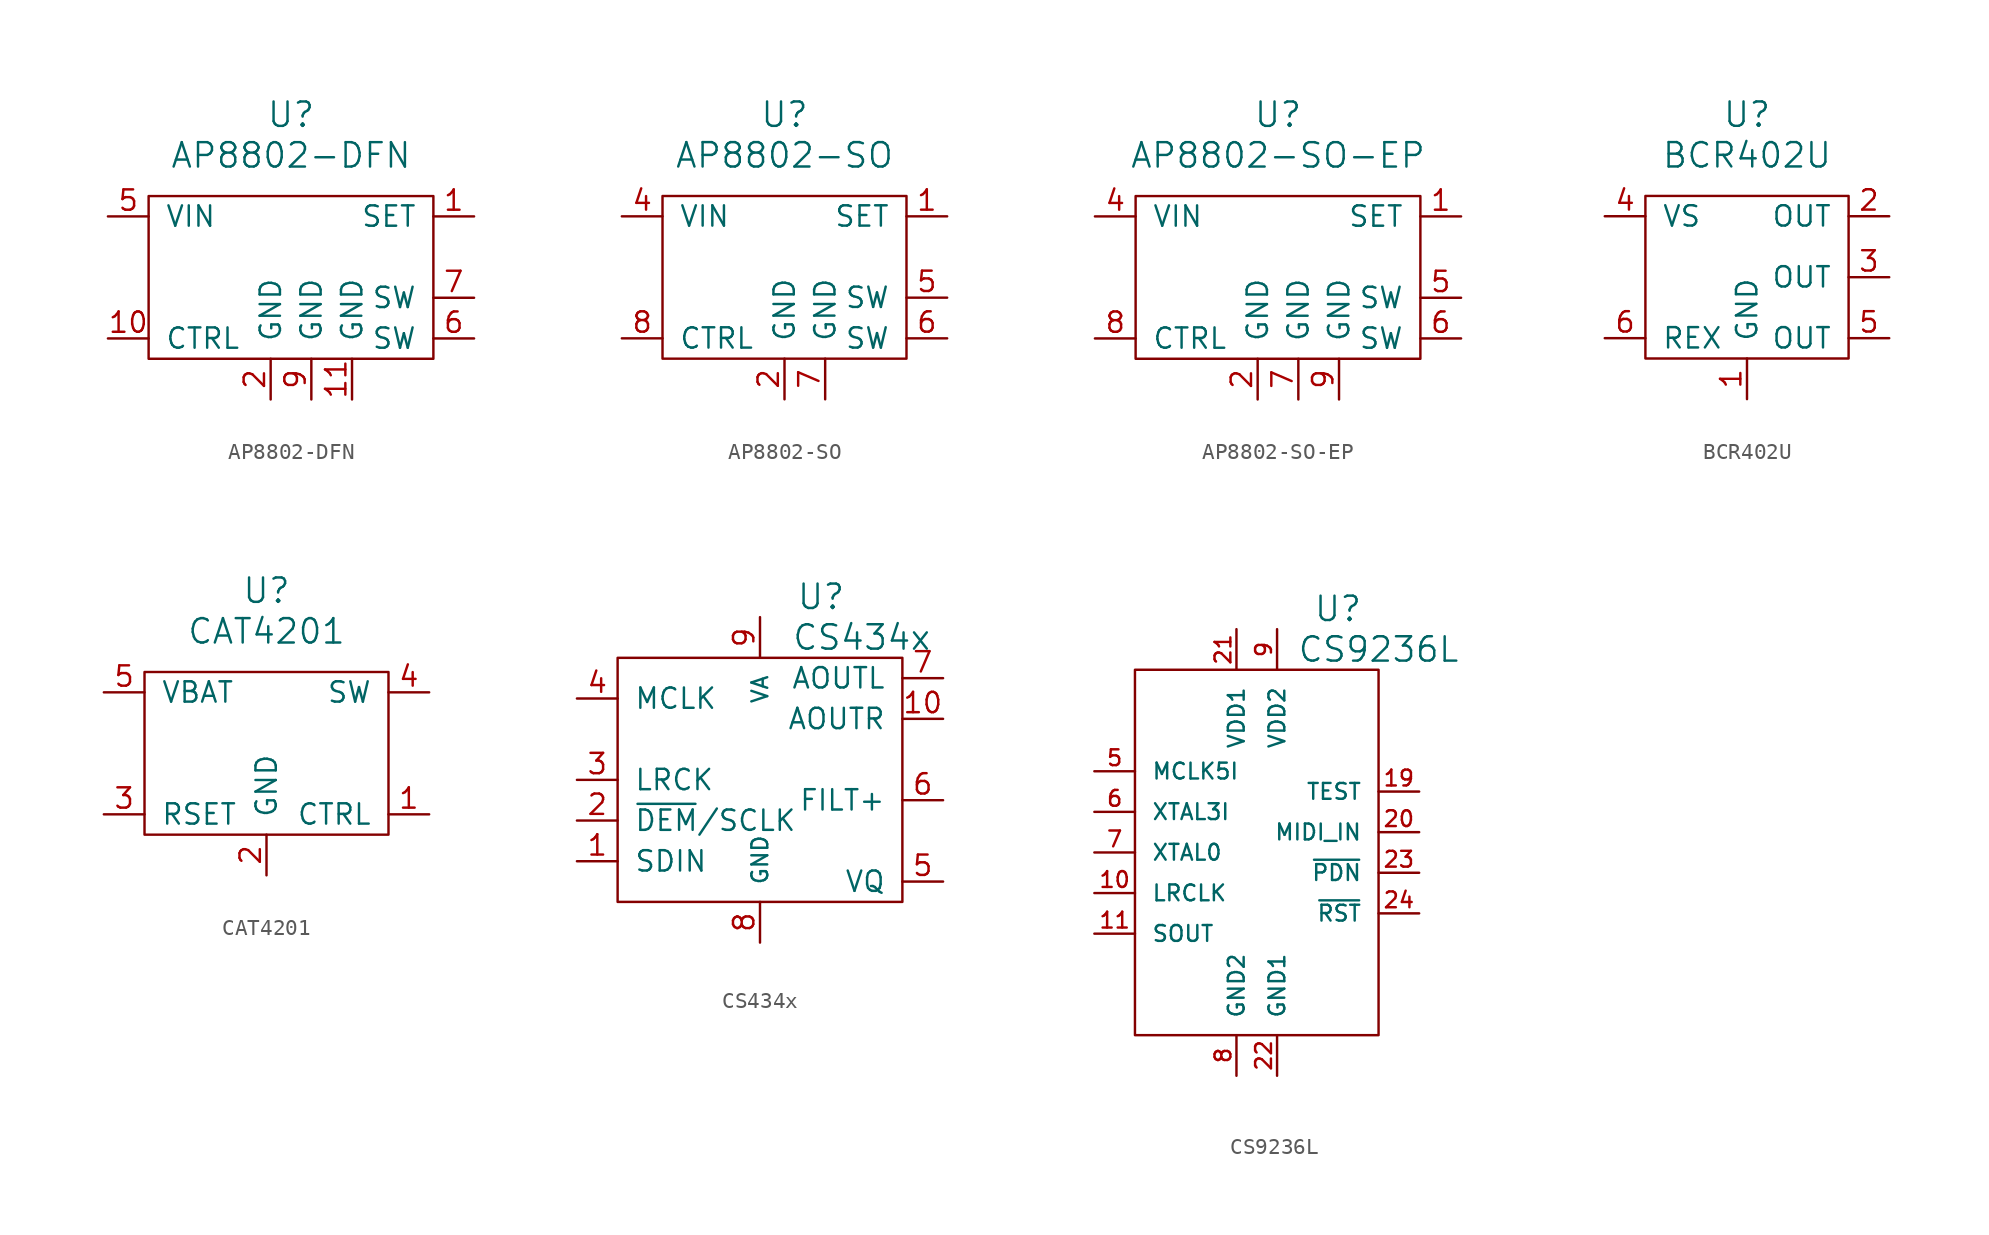
<source format=kicad_sym>
(kicad_symbol_lib
  (version 20220914)
  (generator kicad_symbol_editor)
  (symbol "AP8802-DFN"
    (pin_names
      (offset 1.016))
    (property "Reference" "U"
      (at 0 10.16 0)
      (effects (font (size 1.524 1.524))))
    (property "Value" "AP8802-DFN"
      (at 0 7.62 0)
      (effects (font (size 1.524 1.524))))
    (property "Footprint" ""
      (at 0 0 0)
      (effects (font (size 1.524 1.524))))
    (property "Datasheet" ""
      (at 0 0 0)
      (effects (font (size 1.524 1.524))))
    (symbol "AP8802-DFN_0_1"
      (rectangle (start -8.89 5.08) (end 8.89 -5.08) (stroke (width 0) (type solid)) (fill (type none))))
    (symbol "AP8802-DFN_1_1"
      (pin passive line (at 11.43 3.81 180) (length 2.54) (name "SET" (effects (font (size 1.27 1.27)))) (number "1" (effects (font (size 1.27 1.27)))))
      (pin passive line (at -11.43 -3.81 0) (length 2.54) (name "CTRL" (effects (font (size 1.27 1.27)))) (number "10" (effects (font (size 1.27 1.27)))))
      (pin passive line (at 3.81 -7.62 90) (length 2.54) (name "GND" (effects (font (size 1.27 1.27)))) (number "11" (effects (font (size 1.27 1.27)))))
      (pin passive line (at -1.27 -7.62 90) (length 2.54) (name "GND" (effects (font (size 1.27 1.27)))) (number "2" (effects (font (size 1.27 1.27)))))
      (pin passive line (at -11.43 3.81 0) (length 2.54) (name "VIN" (effects (font (size 1.27 1.27)))) (number "5" (effects (font (size 1.27 1.27)))))
      (pin passive line (at 11.43 -3.81 180) (length 2.54) (name "SW" (effects (font (size 1.27 1.27)))) (number "6" (effects (font (size 1.27 1.27)))))
      (pin passive line (at 11.43 -1.27 180) (length 2.54) (name "SW" (effects (font (size 1.27 1.27)))) (number "7" (effects (font (size 1.27 1.27)))))
      (pin passive line (at 1.27 -7.62 90) (length 2.54) (name "GND" (effects (font (size 1.27 1.27)))) (number "9" (effects (font (size 1.27 1.27)))))))
  (symbol "AP8802-SO"
    (pin_names
      (offset 1.016))
    (property "Reference" "U"
      (at 0 10.16 0)
      (effects (font (size 1.524 1.524))))
    (property "Value" "AP8802-SO"
      (at 0 7.62 0)
      (effects (font (size 1.524 1.524))))
    (property "Footprint" ""
      (at 0 0 0)
      (effects (font (size 1.524 1.524))))
    (property "Datasheet" ""
      (at 0 0 0)
      (effects (font (size 1.524 1.524))))
    (symbol "AP8802-SO_0_1"
      (rectangle (start -7.62 5.08) (end 7.62 -5.08) (stroke (width 0) (type solid)) (fill (type none))))
    (symbol "AP8802-SO_1_1"
      (pin passive line (at 10.16 3.81 180) (length 2.54) (name "SET" (effects (font (size 1.27 1.27)))) (number "1" (effects (font (size 1.27 1.27)))))
      (pin passive line (at 0 -7.62 90) (length 2.54) (name "GND" (effects (font (size 1.27 1.27)))) (number "2" (effects (font (size 1.27 1.27)))))
      (pin passive line (at -10.16 3.81 0) (length 2.54) (name "VIN" (effects (font (size 1.27 1.27)))) (number "4" (effects (font (size 1.27 1.27)))))
      (pin passive line (at 10.16 -1.27 180) (length 2.54) (name "SW" (effects (font (size 1.27 1.27)))) (number "5" (effects (font (size 1.27 1.27)))))
      (pin passive line (at 10.16 -3.81 180) (length 2.54) (name "SW" (effects (font (size 1.27 1.27)))) (number "6" (effects (font (size 1.27 1.27)))))
      (pin passive line (at 2.54 -7.62 90) (length 2.54) (name "GND" (effects (font (size 1.27 1.27)))) (number "7" (effects (font (size 1.27 1.27)))))
      (pin passive line (at -10.16 -3.81 0) (length 2.54) (name "CTRL" (effects (font (size 1.27 1.27)))) (number "8" (effects (font (size 1.27 1.27)))))))
  (symbol "AP8802-SO-EP"
    (pin_names
      (offset 1.016))
    (property "Reference" "U"
      (at 0 10.16 0)
      (effects (font (size 1.524 1.524))))
    (property "Value" "AP8802-SO-EP"
      (at 0 7.62 0)
      (effects (font (size 1.524 1.524))))
    (property "Footprint" ""
      (at 0 0 0)
      (effects (font (size 1.524 1.524))))
    (property "Datasheet" ""
      (at 0 0 0)
      (effects (font (size 1.524 1.524))))
    (symbol "AP8802-SO-EP_0_1"
      (rectangle (start -8.89 5.08) (end 8.89 -5.08) (stroke (width 0) (type solid)) (fill (type none))))
    (symbol "AP8802-SO-EP_1_1"
      (pin passive line (at 11.43 3.81 180) (length 2.54) (name "SET" (effects (font (size 1.27 1.27)))) (number "1" (effects (font (size 1.27 1.27)))))
      (pin passive line (at -1.27 -7.62 90) (length 2.54) (name "GND" (effects (font (size 1.27 1.27)))) (number "2" (effects (font (size 1.27 1.27)))))
      (pin passive line (at -11.43 3.81 0) (length 2.54) (name "VIN" (effects (font (size 1.27 1.27)))) (number "4" (effects (font (size 1.27 1.27)))))
      (pin passive line (at 11.43 -1.27 180) (length 2.54) (name "SW" (effects (font (size 1.27 1.27)))) (number "5" (effects (font (size 1.27 1.27)))))
      (pin passive line (at 11.43 -3.81 180) (length 2.54) (name "SW" (effects (font (size 1.27 1.27)))) (number "6" (effects (font (size 1.27 1.27)))))
      (pin passive line (at 1.27 -7.62 90) (length 2.54) (name "GND" (effects (font (size 1.27 1.27)))) (number "7" (effects (font (size 1.27 1.27)))))
      (pin passive line (at -11.43 -3.81 0) (length 2.54) (name "CTRL" (effects (font (size 1.27 1.27)))) (number "8" (effects (font (size 1.27 1.27)))))
      (pin passive line (at 3.81 -7.62 90) (length 2.54) (name "GND" (effects (font (size 1.27 1.27)))) (number "9" (effects (font (size 1.27 1.27)))))))
  (symbol "BCR402U"
    (pin_names
      (offset 1.016))
    (property "Reference" "U"
      (at 0 10.16 0)
      (effects (font (size 1.524 1.524))))
    (property "Value" "BCR402U"
      (at 0 7.62 0)
      (effects (font (size 1.524 1.524))))
    (property "Footprint" ""
      (at 0 0 0)
      (effects (font (size 1.524 1.524))))
    (property "Datasheet" ""
      (at 0 0 0)
      (effects (font (size 1.524 1.524))))
    (symbol "BCR402U_0_1"
      (rectangle (start -6.35 5.08) (end 6.35 -5.08) (stroke (width 0) (type solid)) (fill (type none))))
    (symbol "BCR402U_1_1"
      (pin passive line (at 0 -7.62 90) (length 2.54) (name "GND" (effects (font (size 1.27 1.27)))) (number "1" (effects (font (size 1.27 1.27)))))
      (pin passive line (at 8.89 3.81 180) (length 2.54) (name "OUT" (effects (font (size 1.27 1.27)))) (number "2" (effects (font (size 1.27 1.27)))))
      (pin passive line (at 8.89 0 180) (length 2.54) (name "OUT" (effects (font (size 1.27 1.27)))) (number "3" (effects (font (size 1.27 1.27)))))
      (pin passive line (at -8.89 3.81 0) (length 2.54) (name "VS" (effects (font (size 1.27 1.27)))) (number "4" (effects (font (size 1.27 1.27)))))
      (pin passive line (at 8.89 -3.81 180) (length 2.54) (name "OUT" (effects (font (size 1.27 1.27)))) (number "5" (effects (font (size 1.27 1.27)))))
      (pin passive line (at -8.89 -3.81 0) (length 2.54) (name "REX" (effects (font (size 1.27 1.27)))) (number "6" (effects (font (size 1.27 1.27)))))))
  (symbol "CAT4201"
    (pin_names
      (offset 1.016))
    (property "Reference" "U"
      (at 0 10.16 0)
      (effects (font (size 1.524 1.524))))
    (property "Value" "CAT4201"
      (at 0 7.62 0)
      (effects (font (size 1.524 1.524))))
    (property "Footprint" ""
      (at 0 0 0)
      (effects (font (size 1.524 1.524))))
    (property "Datasheet" ""
      (at 0 0 0)
      (effects (font (size 1.524 1.524))))
    (symbol "CAT4201_0_1"
      (rectangle (start -7.62 5.08) (end 7.62 -5.08) (stroke (width 0) (type solid)) (fill (type none))))
    (symbol "CAT4201_1_1"
      (pin passive line (at 10.16 -3.81 180) (length 2.54) (name "CTRL" (effects (font (size 1.27 1.27)))) (number "1" (effects (font (size 1.27 1.27)))))
      (pin passive line (at 0 -7.62 90) (length 2.54) (name "GND" (effects (font (size 1.27 1.27)))) (number "2" (effects (font (size 1.27 1.27)))))
      (pin passive line (at -10.16 -3.81 0) (length 2.54) (name "RSET" (effects (font (size 1.27 1.27)))) (number "3" (effects (font (size 1.27 1.27)))))
      (pin passive line (at 10.16 3.81 180) (length 2.54) (name "SW" (effects (font (size 1.27 1.27)))) (number "4" (effects (font (size 1.27 1.27)))))
      (pin passive line (at -10.16 3.81 0) (length 2.54) (name "VBAT" (effects (font (size 1.27 1.27)))) (number "5" (effects (font (size 1.27 1.27)))))))
  (symbol "CS434x"
    (pin_names
      (offset 1.016))
    (property "Reference" "U"
      (at 3.81 11.43 0)
      (effects (font (size 1.524 1.524))))
    (property "Value" "CS434x"
      (at 6.35 8.89 0)
      (effects (font (size 1.524 1.524))))
    (property "Footprint" ""
      (at 0 1.27 0)
      (effects (font (size 1.524 1.524))))
    (property "Datasheet" ""
      (at 0 0 0)
      (effects (font (size 1.524 1.524))))
    (symbol "CS434x_0_1"
      (rectangle (start 8.89 7.62) (end -8.89 -7.62) (stroke (width 0) (type solid)) (fill (type none))))
    (symbol "CS434x_1_1"
      (pin passive line (at -11.43 -5.08 0) (length 2.54) (name "SDIN" (effects (font (size 1.27 1.27)))) (number "1" (effects (font (size 1.27 1.27)))))
      (pin passive line (at 11.43 3.81 180) (length 2.54) (name "AOUTR" (effects (font (size 1.27 1.27)))) (number "10" (effects (font (size 1.27 1.27)))))
      (pin passive line (at -11.43 -2.54 0) (length 2.54) (name "~{DEM}/SCLK" (effects (font (size 1.27 1.27)))) (number "2" (effects (font (size 1.27 1.27)))))
      (pin passive line (at -11.43 0 0) (length 2.54) (name "LRCK" (effects (font (size 1.27 1.27)))) (number "3" (effects (font (size 1.27 1.27)))))
      (pin passive line (at -11.43 5.08 0) (length 2.54) (name "MCLK" (effects (font (size 1.27 1.27)))) (number "4" (effects (font (size 1.27 1.27)))))
      (pin passive line (at 11.43 -6.35 180) (length 2.54) (name "VQ" (effects (font (size 1.27 1.27)))) (number "5" (effects (font (size 1.27 1.27)))))
      (pin passive line (at 11.43 -1.27 180) (length 2.54) (name "FILT+" (effects (font (size 1.27 1.27)))) (number "6" (effects (font (size 1.27 1.27)))))
      (pin passive line (at 11.43 6.35 180) (length 2.54) (name "AOUTL" (effects (font (size 1.27 1.27)))) (number "7" (effects (font (size 1.27 1.27)))))
      (pin passive line (at 0 -10.16 90) (length 2.54) (name "GND" (effects (font (size 0.991 0.991)))) (number "8" (effects (font (size 1.27 1.27)))))
      (pin passive line (at 0 10.16 270) (length 2.54) (name "VA" (effects (font (size 0.991 0.991)))) (number "9" (effects (font (size 1.27 1.27)))))))
  (symbol "CS9236L"
    (pin_names
      (offset 1.016))
    (property "Reference" "U"
      (at 5.08 15.24 0)
      (effects (font (size 1.524 1.524))))
    (property "Value" "CS9236L"
      (at 7.62 12.7 0)
      (effects (font (size 1.524 1.524))))
    (property "Footprint" ""
      (at 1.27 0 0)
      (effects (font (size 1.524 1.524))))
    (property "Datasheet" ""
      (at 0 0 0)
      (effects (font (size 1.524 1.524))))
    (symbol "CS9236L_0_1"
      (rectangle (start -7.62 11.43) (end 7.62 -11.43) (stroke (width 0) (type solid)) (fill (type none))))
    (symbol "CS9236L_1_1"
      (pin passive line (at -10.16 -2.54 0) (length 2.54) (name "LRCLK" (effects (font (size 0.991 0.991)))) (number "10" (effects (font (size 0.991 0.991)))))
      (pin passive line (at -10.16 -5.08 0) (length 2.54) (name "SOUT" (effects (font (size 0.991 0.991)))) (number "11" (effects (font (size 0.991 0.991)))))
      (pin passive line (at 10.16 3.81 180) (length 2.54) (name "TEST" (effects (font (size 0.991 0.991)))) (number "19" (effects (font (size 0.991 0.991)))))
      (pin passive line (at 10.16 1.27 180) (length 2.54) (name "MIDI_IN" (effects (font (size 0.991 0.991)))) (number "20" (effects (font (size 0.991 0.991)))))
      (pin passive line (at -1.27 13.97 270) (length 2.54) (name "VDD1" (effects (font (size 0.991 0.991)))) (number "21" (effects (font (size 0.991 0.991)))))
      (pin passive line (at 1.27 -13.97 90) (length 2.54) (name "GND1" (effects (font (size 0.991 0.991)))) (number "22" (effects (font (size 0.991 0.991)))))
      (pin passive line (at 10.16 -1.27 180) (length 2.54) (name "~{PDN}" (effects (font (size 0.991 0.991)))) (number "23" (effects (font (size 0.991 0.991)))))
      (pin passive line (at 10.16 -3.81 180) (length 2.54) (name "~{RST}" (effects (font (size 0.991 0.991)))) (number "24" (effects (font (size 0.991 0.991)))))
      (pin passive line (at -10.16 5.08 0) (length 2.54) (name "MCLK5I" (effects (font (size 0.991 0.991)))) (number "5" (effects (font (size 0.991 0.991)))))
      (pin passive line (at -10.16 2.54 0) (length 2.54) (name "XTAL3I" (effects (font (size 0.991 0.991)))) (number "6" (effects (font (size 0.991 0.991)))))
      (pin passive line (at -10.16 0 0) (length 2.54) (name "XTAL0" (effects (font (size 0.991 0.991)))) (number "7" (effects (font (size 0.991 0.991)))))
      (pin passive line (at -1.27 -13.97 90) (length 2.54) (name "GND2" (effects (font (size 0.991 0.991)))) (number "8" (effects (font (size 0.991 0.991)))))
      (pin passive line (at 1.27 13.97 270) (length 2.54) (name "VDD2" (effects (font (size 0.991 0.991)))) (number "9" (effects (font (size 0.991 0.991))))))))
</source>
